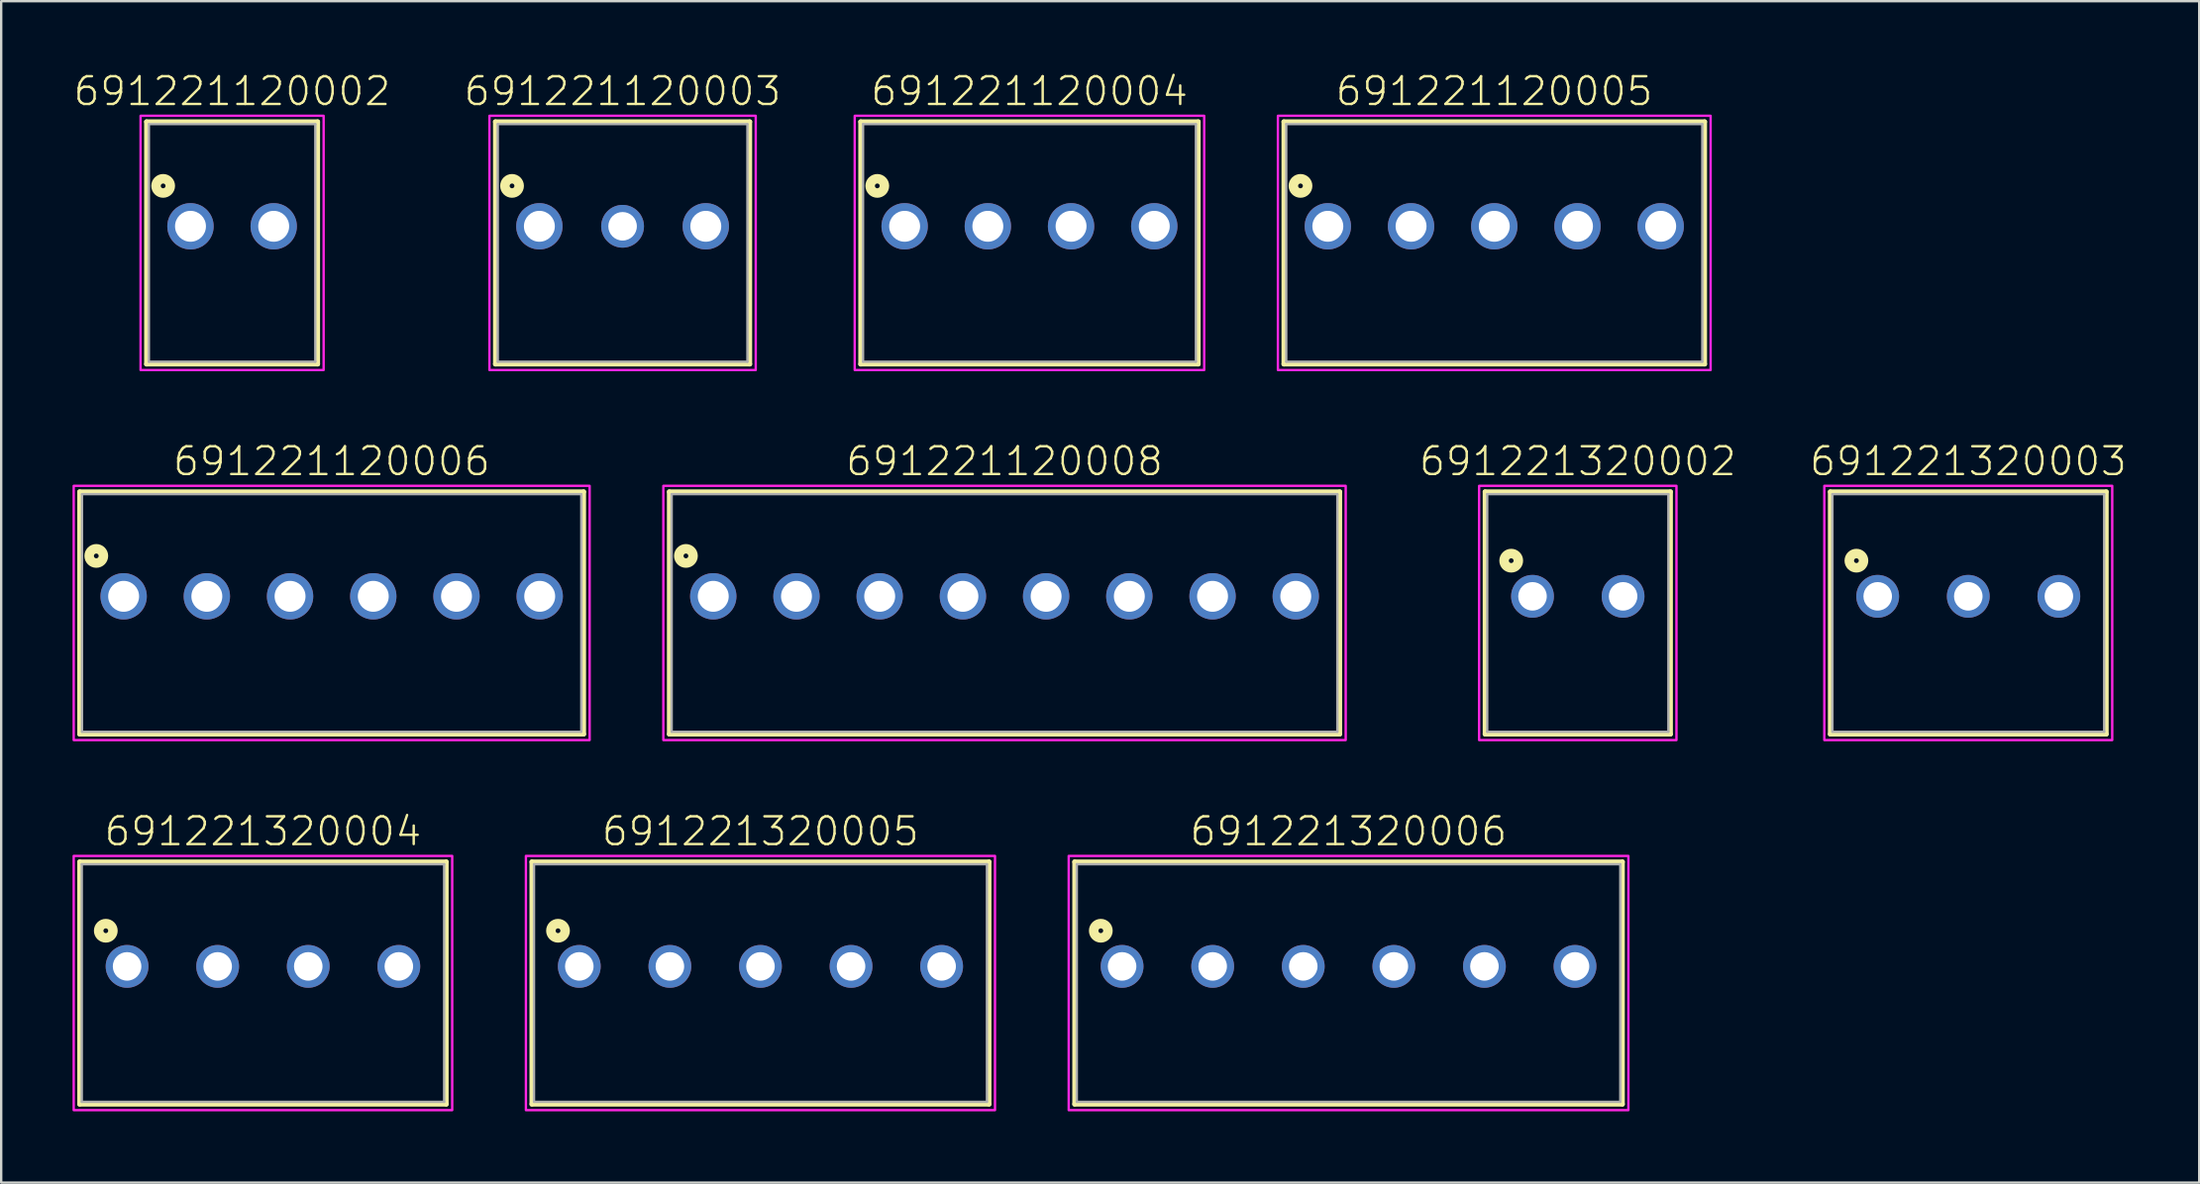
<source format=kicad_pcb>
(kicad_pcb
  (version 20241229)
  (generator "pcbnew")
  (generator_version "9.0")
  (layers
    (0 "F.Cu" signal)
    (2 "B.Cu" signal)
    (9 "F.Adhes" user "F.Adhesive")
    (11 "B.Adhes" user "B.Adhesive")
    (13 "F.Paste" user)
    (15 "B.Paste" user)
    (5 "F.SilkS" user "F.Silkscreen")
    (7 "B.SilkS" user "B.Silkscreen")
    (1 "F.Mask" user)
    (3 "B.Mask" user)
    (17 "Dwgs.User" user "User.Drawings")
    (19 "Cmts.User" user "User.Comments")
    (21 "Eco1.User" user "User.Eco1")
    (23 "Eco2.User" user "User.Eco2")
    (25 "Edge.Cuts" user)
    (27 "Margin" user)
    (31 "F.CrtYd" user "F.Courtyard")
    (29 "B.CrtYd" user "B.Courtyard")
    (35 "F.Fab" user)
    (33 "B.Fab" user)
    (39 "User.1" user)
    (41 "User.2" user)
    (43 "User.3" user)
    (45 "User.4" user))
  (footprint "691221120002"
    (layer "F.Cu")
    (at 6.712 6.473)
    (property "Reference" "691221120002" (at 0 -5 0) (unlocked yes) (layer "F.SilkS") (effects (font (size 1.168 1.168) (thickness 0.102)) (justify bottom)))
    (fp_line (start -3.6 -4.4) (end 3.6 -4.4) (stroke (width 0.2) (type solid)) (layer "F.SilkS"))
    (fp_line (start -3.6 5.8) (end -3.6 -4.4) (stroke (width 0.2) (type solid)) (layer "F.SilkS"))
    (fp_line (start 3.6 -4.4) (end 3.6 5.8) (stroke (width 0.2) (type solid)) (layer "F.SilkS"))
    (fp_line (start 3.6 5.8) (end -3.6 5.8) (stroke (width 0.2) (type solid)) (layer "F.SilkS"))
    (fp_circle (center -2.9 -1.7) (end -2.8 -1.7) (stroke (width 0.4) (type solid)) (fill no) (layer "F.SilkS"))
    (fp_poly (pts (xy 3.85 6.05) (xy -3.85 6.05) (xy -3.85 -4.65) (xy 3.85 -4.65)) (stroke (width 0.1) (type default)) (fill no) (layer "F.CrtYd"))
    (fp_line (start -3.5 -4.3) (end -3.5 5.7) (stroke (width 0.1) (type solid)) (layer "F.Fab"))
    (fp_line (start -3.5 5.7) (end 3.5 5.7) (stroke (width 0.1) (type solid)) (layer "F.Fab"))
    (fp_line (start 3.5 -4.3) (end -3.5 -4.3) (stroke (width 0.1) (type solid)) (layer "F.Fab"))
    (fp_line (start 3.5 5.7) (end 3.5 -4.3) (stroke (width 0.1) (type solid)) (layer "F.Fab"))
    (pad "1" thru_hole circle (at -1.75 0) (size 1.95 1.95) (drill 1.3) (layers "*.Cu" "*.Mask"))
    (pad "2" thru_hole circle (at 1.75 0) (size 1.95 1.95) (drill 1.3) (layers "*.Cu" "*.Mask")))
  (footprint "691221320002"
    (layer "F.Cu")
    (at 63.312 22.046)
    (property "Reference" "691221320002" (at 0 -5 0) (unlocked yes) (layer "F.SilkS") (effects (font (size 1.168 1.168) (thickness 0.102)) (justify bottom)))
    (fp_line (start -3.9 -4.4) (end 3.9 -4.4) (stroke (width 0.2) (type solid)) (layer "F.SilkS"))
    (fp_line (start -3.9 5.8) (end -3.9 -4.4) (stroke (width 0.2) (type solid)) (layer "F.SilkS"))
    (fp_line (start 3.9 -4.4) (end 3.9 5.8) (stroke (width 0.2) (type solid)) (layer "F.SilkS"))
    (fp_line (start 3.9 5.8) (end -3.9 5.8) (stroke (width 0.2) (type solid)) (layer "F.SilkS"))
    (fp_circle (center -2.8 -1.5) (end -2.7 -1.5) (stroke (width 0.4) (type solid)) (fill no) (layer "F.SilkS"))
    (fp_poly (pts (xy 4.15 6.05) (xy -4.15 6.05) (xy -4.15 -4.65) (xy 4.15 -4.65)) (stroke (width 0.1) (type default)) (fill no) (layer "F.CrtYd"))
    (fp_line (start -3.81 -4.3) (end -3.81 5.7) (stroke (width 0.1) (type solid)) (layer "F.Fab"))
    (fp_line (start -3.81 5.7) (end 3.81 5.7) (stroke (width 0.1) (type solid)) (layer "F.Fab"))
    (fp_line (start 3.81 -4.3) (end -3.81 -4.3) (stroke (width 0.1) (type solid)) (layer "F.Fab"))
    (fp_line (start 3.81 5.7) (end 3.81 -4.3) (stroke (width 0.1) (type solid)) (layer "F.Fab"))
    (pad "1" thru_hole circle (at -1.905 0) (size 1.8 1.8) (drill 1.2) (layers "*.Cu" "*.Mask"))
    (pad "2" thru_hole circle (at 1.905 0) (size 1.8 1.8) (drill 1.2) (layers "*.Cu" "*.Mask")))
  (footprint "691221120005"
    (layer "F.Cu")
    (at 59.799 6.473)
    (property "Reference" "691221120005" (at 0 -5 0) (unlocked yes) (layer "F.SilkS") (effects (font (size 1.168 1.168) (thickness 0.102)) (justify bottom)))
    (fp_line (start -8.85 -4.4) (end 8.85 -4.4) (stroke (width 0.2) (type solid)) (layer "F.SilkS"))
    (fp_line (start -8.85 5.8) (end -8.85 -4.4) (stroke (width 0.2) (type solid)) (layer "F.SilkS"))
    (fp_line (start 8.85 -4.4) (end 8.85 5.8) (stroke (width 0.2) (type solid)) (layer "F.SilkS"))
    (fp_line (start 8.85 5.8) (end -8.85 5.8) (stroke (width 0.2) (type solid)) (layer "F.SilkS"))
    (fp_circle (center -8.15 -1.7) (end -8.05 -1.7) (stroke (width 0.4) (type solid)) (fill no) (layer "F.SilkS"))
    (fp_poly (pts (xy 9.1 6.05) (xy -9.1 6.05) (xy -9.1 -4.65) (xy 9.1 -4.65)) (stroke (width 0.1) (type default)) (fill no) (layer "F.CrtYd"))
    (fp_line (start -8.75 -4.3) (end -8.75 5.7) (stroke (width 0.1) (type solid)) (layer "F.Fab"))
    (fp_line (start -8.75 5.7) (end 8.75 5.7) (stroke (width 0.1) (type solid)) (layer "F.Fab"))
    (fp_line (start 8.75 -4.3) (end -8.75 -4.3) (stroke (width 0.1) (type solid)) (layer "F.Fab"))
    (fp_line (start 8.75 5.7) (end 8.75 -4.3) (stroke (width 0.1) (type solid)) (layer "F.Fab"))
    (pad "1" thru_hole circle (at -7 0) (size 1.95 1.95) (drill 1.3) (layers "*.Cu" "*.Mask"))
    (pad "2" thru_hole circle (at -3.5 0) (size 1.95 1.95) (drill 1.3) (layers "*.Cu" "*.Mask"))
    (pad "3" thru_hole circle (at 0 0) (size 1.95 1.95) (drill 1.3) (layers "*.Cu" "*.Mask"))
    (pad "4" thru_hole circle (at 3.5 0) (size 1.95 1.95) (drill 1.3) (layers "*.Cu" "*.Mask"))
    (pad "5" thru_hole circle (at 7 0) (size 1.95 1.95) (drill 1.3) (layers "*.Cu" "*.Mask")))
  (footprint "691221120003"
    (layer "F.Cu")
    (at 23.136 6.473)
    (property "Reference" "691221120003" (at 0 -5 0) (unlocked yes) (layer "F.SilkS") (effects (font (size 1.168 1.168) (thickness 0.102)) (justify bottom)))
    (fp_line (start -5.35 -4.4) (end 5.35 -4.4) (stroke (width 0.2) (type solid)) (layer "F.SilkS"))
    (fp_line (start -5.35 5.8) (end -5.35 -4.4) (stroke (width 0.2) (type solid)) (layer "F.SilkS"))
    (fp_line (start 5.35 -4.4) (end 5.35 5.8) (stroke (width 0.2) (type solid)) (layer "F.SilkS"))
    (fp_line (start 5.35 5.8) (end -5.35 5.8) (stroke (width 0.2) (type solid)) (layer "F.SilkS"))
    (fp_circle (center -4.65 -1.7) (end -4.55 -1.7) (stroke (width 0.4) (type solid)) (fill no) (layer "F.SilkS"))
    (fp_poly (pts (xy 5.6 6.05) (xy -5.6 6.05) (xy -5.6 -4.65) (xy 5.6 -4.65)) (stroke (width 0.1) (type default)) (fill no) (layer "F.CrtYd"))
    (fp_line (start -5.25 -4.3) (end -5.25 5.7) (stroke (width 0.1) (type solid)) (layer "F.Fab"))
    (fp_line (start -5.25 5.7) (end 5.25 5.7) (stroke (width 0.1) (type solid)) (layer "F.Fab"))
    (fp_line (start 5.25 -4.3) (end -5.25 -4.3) (stroke (width 0.1) (type solid)) (layer "F.Fab"))
    (fp_line (start 5.25 5.7) (end 5.25 -4.3) (stroke (width 0.1) (type solid)) (layer "F.Fab"))
    (pad "1" thru_hole circle (at -3.5 0) (size 1.95 1.95) (drill 1.3) (layers "*.Cu" "*.Mask"))
    (pad "2" thru_hole circle (at 0 0) (size 1.8 1.8) (drill 1.2) (layers "*.Cu" "*.Mask"))
    (pad "3" thru_hole circle (at 3.5 0) (size 1.95 1.95) (drill 1.3) (layers "*.Cu" "*.Mask")))
  (footprint "691221320003"
    (layer "F.Cu")
    (at 79.736 22.046)
    (property "Reference" "691221320003" (at 0 -5 0) (unlocked yes) (layer "F.SilkS") (effects (font (size 1.168 1.168) (thickness 0.102)) (justify bottom)))
    (fp_line (start -5.805 -4.4) (end 5.805 -4.4) (stroke (width 0.2) (type solid)) (layer "F.SilkS"))
    (fp_line (start -5.805 5.8) (end -5.805 -4.4) (stroke (width 0.2) (type solid)) (layer "F.SilkS"))
    (fp_line (start 5.805 -4.4) (end 5.805 5.8) (stroke (width 0.2) (type solid)) (layer "F.SilkS"))
    (fp_line (start 5.805 5.8) (end -5.805 5.8) (stroke (width 0.2) (type solid)) (layer "F.SilkS"))
    (fp_circle (center -4.705 -1.5) (end -4.605 -1.5) (stroke (width 0.4) (type solid)) (fill no) (layer "F.SilkS"))
    (fp_poly (pts (xy 6.055 6.05) (xy -6.055 6.05) (xy -6.055 -4.65) (xy 6.055 -4.65)) (stroke (width 0.1) (type default)) (fill no) (layer "F.CrtYd"))
    (fp_line (start -5.715 -4.3) (end -5.715 5.7) (stroke (width 0.1) (type solid)) (layer "F.Fab"))
    (fp_line (start -5.715 5.7) (end 5.715 5.7) (stroke (width 0.1) (type solid)) (layer "F.Fab"))
    (fp_line (start 5.715 -4.3) (end -5.715 -4.3) (stroke (width 0.1) (type solid)) (layer "F.Fab"))
    (fp_line (start 5.715 5.7) (end 5.715 -4.3) (stroke (width 0.1) (type solid)) (layer "F.Fab"))
    (pad "1" thru_hole circle (at -3.81 0) (size 1.8 1.8) (drill 1.2) (layers "*.Cu" "*.Mask"))
    (pad "2" thru_hole circle (at 0 0) (size 1.8 1.8) (drill 1.2) (layers "*.Cu" "*.Mask"))
    (pad "3" thru_hole circle (at 3.81 0) (size 1.8 1.8) (drill 1.2) (layers "*.Cu" "*.Mask")))
  (footprint "691221120008"
    (layer "F.Cu")
    (at 39.2 22.046)
    (property "Reference" "691221120008" (at 0 -5 0) (unlocked yes) (layer "F.SilkS") (effects (font (size 1.168 1.168) (thickness 0.102)) (justify bottom)))
    (fp_line (start -14.1 -4.4) (end 14.1 -4.4) (stroke (width 0.2) (type solid)) (layer "F.SilkS"))
    (fp_line (start -14.1 5.8) (end -14.1 -4.4) (stroke (width 0.2) (type solid)) (layer "F.SilkS"))
    (fp_line (start 14.1 -4.4) (end 14.1 5.8) (stroke (width 0.2) (type solid)) (layer "F.SilkS"))
    (fp_line (start 14.1 5.8) (end -14.1 5.8) (stroke (width 0.2) (type solid)) (layer "F.SilkS"))
    (fp_circle (center -13.4 -1.7) (end -13.3 -1.7) (stroke (width 0.4) (type solid)) (fill no) (layer "F.SilkS"))
    (fp_poly (pts (xy 14.35 6.05) (xy -14.35 6.05) (xy -14.35 -4.65) (xy 14.35 -4.65)) (stroke (width 0.1) (type default)) (fill no) (layer "F.CrtYd"))
    (fp_line (start -14 -4.3) (end -14 5.7) (stroke (width 0.1) (type solid)) (layer "F.Fab"))
    (fp_line (start -14 5.7) (end 14 5.7) (stroke (width 0.1) (type solid)) (layer "F.Fab"))
    (fp_line (start 14 -4.3) (end -14 -4.3) (stroke (width 0.1) (type solid)) (layer "F.Fab"))
    (fp_line (start 14 5.7) (end 14 -4.3) (stroke (width 0.1) (type solid)) (layer "F.Fab"))
    (pad "1" thru_hole circle (at -12.25 0) (size 1.95 1.95) (drill 1.3) (layers "*.Cu" "*.Mask"))
    (pad "2" thru_hole circle (at -8.75 0) (size 1.95 1.95) (drill 1.3) (layers "*.Cu" "*.Mask"))
    (pad "3" thru_hole circle (at -5.25 0) (size 1.95 1.95) (drill 1.3) (layers "*.Cu" "*.Mask"))
    (pad "4" thru_hole circle (at -1.75 0) (size 1.95 1.95) (drill 1.3) (layers "*.Cu" "*.Mask"))
    (pad "5" thru_hole circle (at 1.75 0) (size 1.95 1.95) (drill 1.3) (layers "*.Cu" "*.Mask"))
    (pad "6" thru_hole circle (at 5.25 0) (size 1.95 1.95) (drill 1.3) (layers "*.Cu" "*.Mask"))
    (pad "7" thru_hole circle (at 8.75 0) (size 1.95 1.95) (drill 1.3) (layers "*.Cu" "*.Mask"))
    (pad "8" thru_hole circle (at 12.25 0) (size 1.95 1.95) (drill 1.3) (layers "*.Cu" "*.Mask")))
  (footprint "691221120006"
    (layer "F.Cu")
    (at 10.9 22.046)
    (property "Reference" "691221120006" (at 0 -5 0) (unlocked yes) (layer "F.SilkS") (effects (font (size 1.168 1.168) (thickness 0.102)) (justify bottom)))
    (fp_line (start -10.6 -4.4) (end 10.6 -4.4) (stroke (width 0.2) (type solid)) (layer "F.SilkS"))
    (fp_line (start -10.6 5.8) (end -10.6 -4.4) (stroke (width 0.2) (type solid)) (layer "F.SilkS"))
    (fp_line (start 10.6 -4.4) (end 10.6 5.8) (stroke (width 0.2) (type solid)) (layer "F.SilkS"))
    (fp_line (start 10.6 5.8) (end -10.6 5.8) (stroke (width 0.2) (type solid)) (layer "F.SilkS"))
    (fp_circle (center -9.9 -1.7) (end -9.8 -1.7) (stroke (width 0.4) (type solid)) (fill no) (layer "F.SilkS"))
    (fp_poly (pts (xy 10.85 6.05) (xy -10.85 6.05) (xy -10.85 -4.65) (xy 10.85 -4.65)) (stroke (width 0.1) (type default)) (fill no) (layer "F.CrtYd"))
    (fp_line (start -10.5 -4.3) (end -10.5 5.7) (stroke (width 0.1) (type solid)) (layer "F.Fab"))
    (fp_line (start -10.5 5.7) (end 10.5 5.7) (stroke (width 0.1) (type solid)) (layer "F.Fab"))
    (fp_line (start 10.5 -4.3) (end -10.5 -4.3) (stroke (width 0.1) (type solid)) (layer "F.Fab"))
    (fp_line (start 10.5 5.7) (end 10.5 -4.3) (stroke (width 0.1) (type solid)) (layer "F.Fab"))
    (pad "1" thru_hole circle (at -8.75 0) (size 1.95 1.95) (drill 1.3) (layers "*.Cu" "*.Mask"))
    (pad "2" thru_hole circle (at -5.25 0) (size 1.95 1.95) (drill 1.3) (layers "*.Cu" "*.Mask"))
    (pad "3" thru_hole circle (at -1.75 0) (size 1.95 1.95) (drill 1.3) (layers "*.Cu" "*.Mask"))
    (pad "4" thru_hole circle (at 1.75 0) (size 1.95 1.95) (drill 1.3) (layers "*.Cu" "*.Mask"))
    (pad "5" thru_hole circle (at 5.25 0) (size 1.95 1.95) (drill 1.3) (layers "*.Cu" "*.Mask"))
    (pad "6" thru_hole circle (at 8.75 0) (size 1.95 1.95) (drill 1.3) (layers "*.Cu" "*.Mask")))
  (footprint "691221320006"
    (layer "F.Cu")
    (at 53.67 37.62)
    (property "Reference" "691221320006" (at 0 -5 0) (unlocked yes) (layer "F.SilkS") (effects (font (size 1.168 1.168) (thickness 0.102)) (justify bottom)))
    (fp_line (start -11.52 -4.4) (end 11.52 -4.4) (stroke (width 0.2) (type solid)) (layer "F.SilkS"))
    (fp_line (start -11.52 5.8) (end -11.52 -4.4) (stroke (width 0.2) (type solid)) (layer "F.SilkS"))
    (fp_line (start 11.52 -4.4) (end 11.52 5.8) (stroke (width 0.2) (type solid)) (layer "F.SilkS"))
    (fp_line (start 11.52 5.8) (end -11.52 5.8) (stroke (width 0.2) (type solid)) (layer "F.SilkS"))
    (fp_circle (center -10.42 -1.5) (end -10.32 -1.5) (stroke (width 0.4) (type solid)) (fill no) (layer "F.SilkS"))
    (fp_poly (pts (xy 11.77 6.05) (xy -11.77 6.05) (xy -11.77 -4.65) (xy 11.77 -4.65)) (stroke (width 0.1) (type default)) (fill no) (layer "F.CrtYd"))
    (fp_line (start -11.43 -4.3) (end -11.43 5.7) (stroke (width 0.1) (type solid)) (layer "F.Fab"))
    (fp_line (start -11.43 5.7) (end 11.43 5.7) (stroke (width 0.1) (type solid)) (layer "F.Fab"))
    (fp_line (start 11.43 -4.3) (end -11.43 -4.3) (stroke (width 0.1) (type solid)) (layer "F.Fab"))
    (fp_line (start 11.43 5.7) (end 11.43 -4.3) (stroke (width 0.1) (type solid)) (layer "F.Fab"))
    (pad "1" thru_hole circle (at -9.525 0) (size 1.8 1.8) (drill 1.2) (layers "*.Cu" "*.Mask"))
    (pad "2" thru_hole circle (at -5.715 0) (size 1.8 1.8) (drill 1.2) (layers "*.Cu" "*.Mask"))
    (pad "3" thru_hole circle (at -1.905 0) (size 1.8 1.8) (drill 1.2) (layers "*.Cu" "*.Mask"))
    (pad "4" thru_hole circle (at 1.905 0) (size 1.8 1.8) (drill 1.2) (layers "*.Cu" "*.Mask"))
    (pad "5" thru_hole circle (at 5.715 0) (size 1.8 1.8) (drill 1.2) (layers "*.Cu" "*.Mask"))
    (pad "6" thru_hole circle (at 9.525 0) (size 1.8 1.8) (drill 1.2) (layers "*.Cu" "*.Mask")))
  (footprint "691221120004"
    (layer "F.Cu")
    (at 40.249 6.473)
    (property "Reference" "691221120004" (at 0 -5 0) (unlocked yes) (layer "F.SilkS") (effects (font (size 1.168 1.168) (thickness 0.102)) (justify bottom)))
    (fp_line (start -7.1 -4.4) (end 7.1 -4.4) (stroke (width 0.2) (type solid)) (layer "F.SilkS"))
    (fp_line (start -7.1 5.8) (end -7.1 -4.4) (stroke (width 0.2) (type solid)) (layer "F.SilkS"))
    (fp_line (start 7.1 -4.4) (end 7.1 5.8) (stroke (width 0.2) (type solid)) (layer "F.SilkS"))
    (fp_line (start 7.1 5.8) (end -7.1 5.8) (stroke (width 0.2) (type solid)) (layer "F.SilkS"))
    (fp_circle (center -6.4 -1.7) (end -6.3 -1.7) (stroke (width 0.4) (type solid)) (fill no) (layer "F.SilkS"))
    (fp_poly (pts (xy 7.35 6.05) (xy -7.35 6.05) (xy -7.35 -4.65) (xy 7.35 -4.65)) (stroke (width 0.1) (type default)) (fill no) (layer "F.CrtYd"))
    (fp_line (start -7 -4.3) (end -7 5.7) (stroke (width 0.1) (type solid)) (layer "F.Fab"))
    (fp_line (start -7 5.7) (end 7 5.7) (stroke (width 0.1) (type solid)) (layer "F.Fab"))
    (fp_line (start 7 -4.3) (end -7 -4.3) (stroke (width 0.1) (type solid)) (layer "F.Fab"))
    (fp_line (start 7 5.7) (end 7 -4.3) (stroke (width 0.1) (type solid)) (layer "F.Fab"))
    (pad "1" thru_hole circle (at -5.25 0) (size 1.95 1.95) (drill 1.3) (layers "*.Cu" "*.Mask"))
    (pad "2" thru_hole circle (at -1.75 0) (size 1.95 1.95) (drill 1.3) (layers "*.Cu" "*.Mask"))
    (pad "3" thru_hole circle (at 1.75 0) (size 1.95 1.95) (drill 1.3) (layers "*.Cu" "*.Mask"))
    (pad "4" thru_hole circle (at 5.25 0) (size 1.95 1.95) (drill 1.3) (layers "*.Cu" "*.Mask")))
  (footprint "691221320004"
    (layer "F.Cu")
    (at 8.01 37.62)
    (property "Reference" "691221320004" (at 0 -5 0) (unlocked yes) (layer "F.SilkS") (effects (font (size 1.168 1.168) (thickness 0.102)) (justify bottom)))
    (fp_line (start -7.71 -4.4) (end 7.71 -4.4) (stroke (width 0.2) (type solid)) (layer "F.SilkS"))
    (fp_line (start -7.71 5.8) (end -7.71 -4.4) (stroke (width 0.2) (type solid)) (layer "F.SilkS"))
    (fp_line (start 7.71 -4.4) (end 7.71 5.8) (stroke (width 0.2) (type solid)) (layer "F.SilkS"))
    (fp_line (start 7.71 5.8) (end -7.71 5.8) (stroke (width 0.2) (type solid)) (layer "F.SilkS"))
    (fp_circle (center -6.61 -1.5) (end -6.51 -1.5) (stroke (width 0.4) (type solid)) (fill no) (layer "F.SilkS"))
    (fp_poly (pts (xy 7.96 6.05) (xy -7.96 6.05) (xy -7.96 -4.65) (xy 7.96 -4.65)) (stroke (width 0.1) (type default)) (fill no) (layer "F.CrtYd"))
    (fp_line (start -7.62 -4.3) (end -7.62 5.7) (stroke (width 0.1) (type solid)) (layer "F.Fab"))
    (fp_line (start -7.62 5.7) (end 7.62 5.7) (stroke (width 0.1) (type solid)) (layer "F.Fab"))
    (fp_line (start 7.62 -4.3) (end -7.62 -4.3) (stroke (width 0.1) (type solid)) (layer "F.Fab"))
    (fp_line (start 7.62 5.7) (end 7.62 -4.3) (stroke (width 0.1) (type solid)) (layer "F.Fab"))
    (pad "1" thru_hole circle (at -5.715 0) (size 1.8 1.8) (drill 1.2) (layers "*.Cu" "*.Mask"))
    (pad "2" thru_hole circle (at -1.905 0) (size 1.8 1.8) (drill 1.2) (layers "*.Cu" "*.Mask"))
    (pad "3" thru_hole circle (at 1.905 0) (size 1.8 1.8) (drill 1.2) (layers "*.Cu" "*.Mask"))
    (pad "4" thru_hole circle (at 5.715 0) (size 1.8 1.8) (drill 1.2) (layers "*.Cu" "*.Mask")))
  (footprint "691221320005"
    (layer "F.Cu")
    (at 28.935 37.62)
    (property "Reference" "691221320005" (at 0 -5 0) (unlocked yes) (layer "F.SilkS") (effects (font (size 1.168 1.168) (thickness 0.102)) (justify bottom)))
    (fp_line (start -9.615 -4.4) (end 9.615 -4.4) (stroke (width 0.2) (type solid)) (layer "F.SilkS"))
    (fp_line (start -9.615 5.8) (end -9.615 -4.4) (stroke (width 0.2) (type solid)) (layer "F.SilkS"))
    (fp_line (start 9.615 -4.4) (end 9.615 5.8) (stroke (width 0.2) (type solid)) (layer "F.SilkS"))
    (fp_line (start 9.615 5.8) (end -9.615 5.8) (stroke (width 0.2) (type solid)) (layer "F.SilkS"))
    (fp_circle (center -8.515 -1.5) (end -8.415 -1.5) (stroke (width 0.4) (type solid)) (fill no) (layer "F.SilkS"))
    (fp_poly (pts (xy 9.865 6.05) (xy -9.865 6.05) (xy -9.865 -4.65) (xy 9.865 -4.65)) (stroke (width 0.1) (type default)) (fill no) (layer "F.CrtYd"))
    (fp_line (start -9.525 -4.3) (end -9.525 5.7) (stroke (width 0.1) (type solid)) (layer "F.Fab"))
    (fp_line (start -9.525 5.7) (end 9.525 5.7) (stroke (width 0.1) (type solid)) (layer "F.Fab"))
    (fp_line (start 9.525 -4.3) (end -9.525 -4.3) (stroke (width 0.1) (type solid)) (layer "F.Fab"))
    (fp_line (start 9.525 5.7) (end 9.525 -4.3) (stroke (width 0.1) (type solid)) (layer "F.Fab"))
    (pad "1" thru_hole circle (at -7.62 0) (size 1.8 1.8) (drill 1.2) (layers "*.Cu" "*.Mask"))
    (pad "2" thru_hole circle (at -3.81 0) (size 1.8 1.8) (drill 1.2) (layers "*.Cu" "*.Mask"))
    (pad "3" thru_hole circle (at 0 0) (size 1.8 1.8) (drill 1.2) (layers "*.Cu" "*.Mask"))
    (pad "4" thru_hole circle (at 3.81 0) (size 1.8 1.8) (drill 1.2) (layers "*.Cu" "*.Mask"))
    (pad "5" thru_hole circle (at 7.62 0) (size 1.8 1.8) (drill 1.2) (layers "*.Cu" "*.Mask")))
  (gr_rect
    (start -3 -3)
    (end 89.449 46.72)
    (stroke (width 0.1) (type default))
    (fill no)
    (layer "Edge.Cuts")))
</source>
